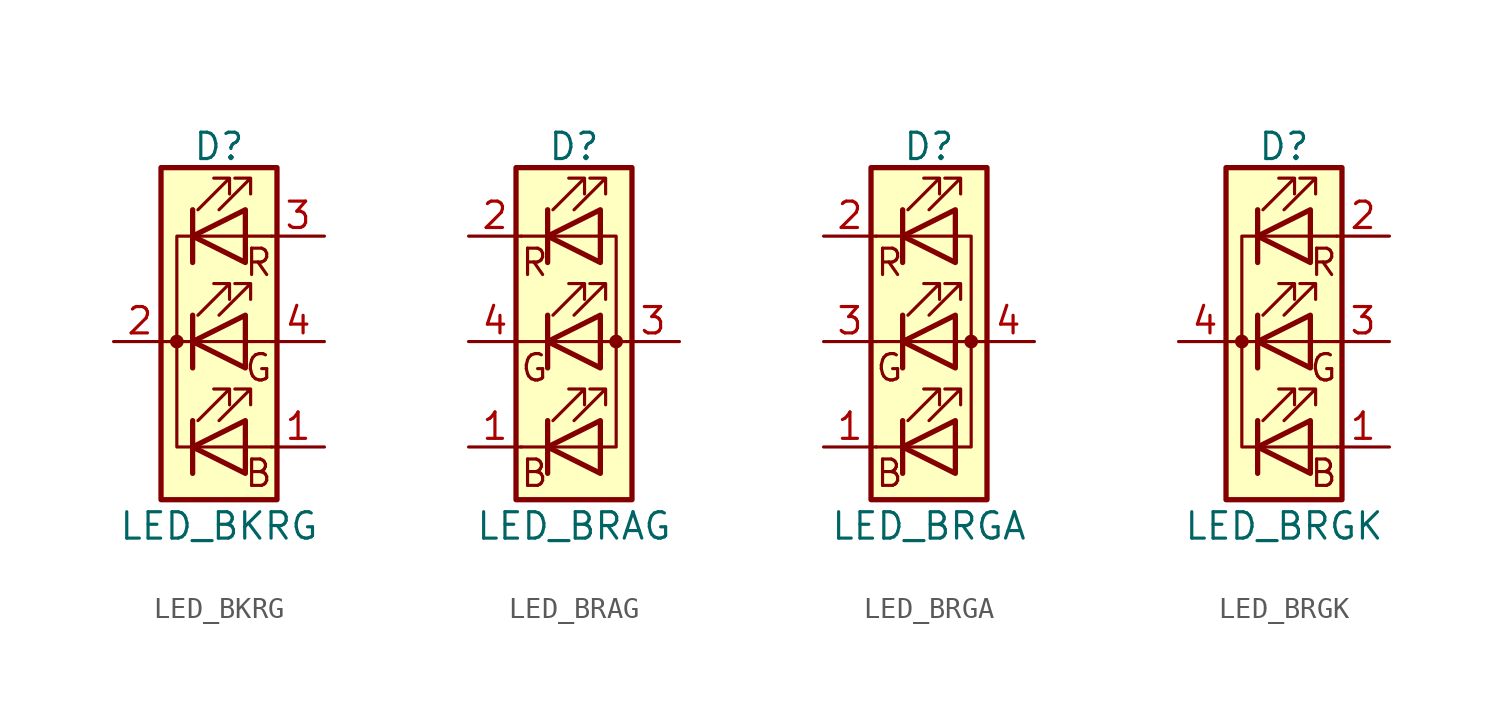
<source format=kicad_sym>
(kicad_symbol_lib
  (version 20241209)
  (generator "kicad_symbol_editor")
  (generator_version "9.0")
  (symbol "LED_BKRG"
    (pin_names
      (offset 0)
      (hide yes))
    (property "Reference" "D"
      (at 0 9.398 0)
      (effects (font (size 1.27 1.27))))
    (property "Value" "LED_BKRG"
      (at 0 -8.89 0)
      (effects (font (size 1.27 1.27))))
    (symbol "LED_BKRG_0_0"
      (text "R" (at 1.905 3.81 0) (effects (font (size 1.27 1.27))))
      (text "G" (at 1.905 -1.27 0) (effects (font (size 1.27 1.27))))
      (text "B" (at 1.905 -6.35 0) (effects (font (size 1.27 1.27)))))
    (symbol "LED_BKRG_0_1"
      (circle (center -2.032 0) (radius 0.254) (stroke (width 0) (type default)) (fill (type outline)))
      (polyline (pts (xy -1.27 6.35) (xy -1.27 3.81)) (stroke (width 0.254) (type default)) (fill (type none)))
      (polyline (pts (xy -1.27 6.35) (xy -1.27 3.81) (xy -1.27 3.81)) (stroke (width 0) (type default)) (fill (type none)))
      (polyline (pts (xy -1.27 5.08) (xy 1.27 5.08)) (stroke (width 0) (type default)) (fill (type none)))
      (polyline (pts (xy -1.27 5.08) (xy -2.032 5.08) (xy -2.032 -5.08) (xy -1.016 -5.08)) (stroke (width 0) (type default)) (fill (type none)))
      (polyline (pts (xy -1.27 1.27) (xy -1.27 -1.27)) (stroke (width 0.254) (type default)) (fill (type none)))
      (polyline (pts (xy -1.27 1.27) (xy -1.27 -1.27) (xy -1.27 -1.27)) (stroke (width 0) (type default)) (fill (type none)))
      (polyline (pts (xy -1.27 0) (xy -2.54 0)) (stroke (width 0) (type default)) (fill (type none)))
      (polyline (pts (xy -1.27 -3.81) (xy -1.27 -6.35)) (stroke (width 0.254) (type default)) (fill (type none)))
      (polyline (pts (xy -1.27 -5.08) (xy 1.27 -5.08)) (stroke (width 0) (type default)) (fill (type none)))
      (polyline (pts (xy -1.016 6.35) (xy 0.508 7.874) (xy -0.254 7.874) (xy 0.508 7.874) (xy 0.508 7.112)) (stroke (width 0) (type default)) (fill (type none)))
      (polyline (pts (xy -1.016 1.27) (xy 0.508 2.794) (xy -0.254 2.794) (xy 0.508 2.794) (xy 0.508 2.032)) (stroke (width 0) (type default)) (fill (type none)))
      (polyline (pts (xy -1.016 -3.81) (xy 0.508 -2.286) (xy -0.254 -2.286) (xy 0.508 -2.286) (xy 0.508 -3.048)) (stroke (width 0) (type default)) (fill (type none)))
      (polyline (pts (xy 0 6.35) (xy 1.524 7.874) (xy 0.762 7.874) (xy 1.524 7.874) (xy 1.524 7.112)) (stroke (width 0) (type default)) (fill (type none)))
      (polyline (pts (xy 0 1.27) (xy 1.524 2.794) (xy 0.762 2.794) (xy 1.524 2.794) (xy 1.524 2.032)) (stroke (width 0) (type default)) (fill (type none)))
      (polyline (pts (xy 0 -3.81) (xy 1.524 -2.286) (xy 0.762 -2.286) (xy 1.524 -2.286) (xy 1.524 -3.048)) (stroke (width 0) (type default)) (fill (type none)))
      (polyline (pts (xy 1.27 6.35) (xy 1.27 3.81) (xy -1.27 5.08) (xy 1.27 6.35)) (stroke (width 0.254) (type default)) (fill (type none)))
      (rectangle (start 1.27 6.35) (end 1.27 6.35) (stroke (width 0) (type default)) (fill (type none)))
      (polyline (pts (xy 1.27 5.08) (xy 2.54 5.08)) (stroke (width 0) (type default)) (fill (type none)))
      (rectangle (start 1.27 3.81) (end 1.27 6.35) (stroke (width 0) (type default)) (fill (type none)))
      (polyline (pts (xy 1.27 1.27) (xy 1.27 -1.27) (xy -1.27 0) (xy 1.27 1.27)) (stroke (width 0.254) (type default)) (fill (type none)))
      (rectangle (start 1.27 1.27) (end 1.27 1.27) (stroke (width 0) (type default)) (fill (type none)))
      (polyline (pts (xy 1.27 0) (xy -1.27 0)) (stroke (width 0) (type default)) (fill (type none)))
      (polyline (pts (xy 1.27 0) (xy 2.54 0)) (stroke (width 0) (type default)) (fill (type none)))
      (rectangle (start 1.27 -1.27) (end 1.27 1.27) (stroke (width 0) (type default)) (fill (type none)))
      (polyline (pts (xy 1.27 -3.81) (xy 1.27 -6.35) (xy -1.27 -5.08) (xy 1.27 -3.81)) (stroke (width 0.254) (type default)) (fill (type none)))
      (polyline (pts (xy 1.27 -5.08) (xy 2.54 -5.08)) (stroke (width 0) (type default)) (fill (type none)))
      (rectangle (start 2.794 8.382) (end -2.794 -7.62) (stroke (width 0.254) (type default)) (fill (type background))))
    (symbol "LED_BKRG_1_1"
      (pin passive line (at -5.08 0 0) (length 2.54) (name "K" (effects (font (size 1.27 1.27)))) (number "2" (effects (font (size 1.27 1.27)))))
      (pin passive line (at 5.08 5.08 180) (length 2.54) (name "RA" (effects (font (size 1.27 1.27)))) (number "3" (effects (font (size 1.27 1.27)))))
      (pin passive line (at 5.08 0 180) (length 2.54) (name "GA" (effects (font (size 1.27 1.27)))) (number "4" (effects (font (size 1.27 1.27)))))
      (pin passive line (at 5.08 -5.08 180) (length 2.54) (name "BA" (effects (font (size 1.27 1.27)))) (number "1" (effects (font (size 1.27 1.27)))))))
  (symbol "LED_BRAG"
    (pin_names
      (offset 0)
      (hide yes))
    (property "Reference" "D"
      (at 0 9.398 0)
      (effects (font (size 1.27 1.27))))
    (property "Value" "LED_BRAG"
      (at 0 -8.89 0)
      (effects (font (size 1.27 1.27))))
    (symbol "LED_BRAG_0_0"
      (text "R" (at -1.905 3.81 0) (effects (font (size 1.27 1.27))))
      (text "G" (at -1.905 -1.27 0) (effects (font (size 1.27 1.27))))
      (text "B" (at -1.905 -6.35 0) (effects (font (size 1.27 1.27)))))
    (symbol "LED_BRAG_0_1"
      (polyline (pts (xy -1.27 6.35) (xy -1.27 3.81)) (stroke (width 0.254) (type default)) (fill (type none)))
      (polyline (pts (xy -1.27 6.35) (xy -1.27 3.81) (xy -1.27 3.81)) (stroke (width 0) (type default)) (fill (type none)))
      (polyline (pts (xy -1.27 5.08) (xy -2.54 5.08)) (stroke (width 0) (type default)) (fill (type none)))
      (polyline (pts (xy -1.27 5.08) (xy 1.27 5.08)) (stroke (width 0) (type default)) (fill (type none)))
      (polyline (pts (xy -1.27 1.27) (xy -1.27 -1.27)) (stroke (width 0.254) (type default)) (fill (type none)))
      (polyline (pts (xy -1.27 1.27) (xy -1.27 -1.27) (xy -1.27 -1.27)) (stroke (width 0) (type default)) (fill (type none)))
      (polyline (pts (xy -1.27 0) (xy -2.54 0)) (stroke (width 0) (type default)) (fill (type none)))
      (polyline (pts (xy -1.27 -3.81) (xy -1.27 -6.35)) (stroke (width 0.254) (type default)) (fill (type none)))
      (polyline (pts (xy -1.27 -5.08) (xy -2.54 -5.08)) (stroke (width 0) (type default)) (fill (type none)))
      (polyline (pts (xy -1.27 -5.08) (xy 1.27 -5.08)) (stroke (width 0) (type default)) (fill (type none)))
      (polyline (pts (xy -1.016 6.35) (xy 0.508 7.874) (xy -0.254 7.874) (xy 0.508 7.874) (xy 0.508 7.112)) (stroke (width 0) (type default)) (fill (type none)))
      (polyline (pts (xy -1.016 1.27) (xy 0.508 2.794) (xy -0.254 2.794) (xy 0.508 2.794) (xy 0.508 2.032)) (stroke (width 0) (type default)) (fill (type none)))
      (polyline (pts (xy -1.016 -3.81) (xy 0.508 -2.286) (xy -0.254 -2.286) (xy 0.508 -2.286) (xy 0.508 -3.048)) (stroke (width 0) (type default)) (fill (type none)))
      (polyline (pts (xy 0 6.35) (xy 1.524 7.874) (xy 0.762 7.874) (xy 1.524 7.874) (xy 1.524 7.112)) (stroke (width 0) (type default)) (fill (type none)))
      (polyline (pts (xy 0 1.27) (xy 1.524 2.794) (xy 0.762 2.794) (xy 1.524 2.794) (xy 1.524 2.032)) (stroke (width 0) (type default)) (fill (type none)))
      (polyline (pts (xy 0 -3.81) (xy 1.524 -2.286) (xy 0.762 -2.286) (xy 1.524 -2.286) (xy 1.524 -3.048)) (stroke (width 0) (type default)) (fill (type none)))
      (polyline (pts (xy 1.27 6.35) (xy 1.27 3.81) (xy -1.27 5.08) (xy 1.27 6.35)) (stroke (width 0.254) (type default)) (fill (type none)))
      (rectangle (start 1.27 6.35) (end 1.27 6.35) (stroke (width 0) (type default)) (fill (type none)))
      (rectangle (start 1.27 3.81) (end 1.27 6.35) (stroke (width 0) (type default)) (fill (type none)))
      (polyline (pts (xy 1.27 1.27) (xy 1.27 -1.27) (xy -1.27 0) (xy 1.27 1.27)) (stroke (width 0.254) (type default)) (fill (type none)))
      (rectangle (start 1.27 1.27) (end 1.27 1.27) (stroke (width 0) (type default)) (fill (type none)))
      (polyline (pts (xy 1.27 0) (xy -1.27 0)) (stroke (width 0) (type default)) (fill (type none)))
      (polyline (pts (xy 1.27 0) (xy 2.54 0)) (stroke (width 0) (type default)) (fill (type none)))
      (rectangle (start 1.27 -1.27) (end 1.27 1.27) (stroke (width 0) (type default)) (fill (type none)))
      (polyline (pts (xy 1.27 -3.81) (xy 1.27 -6.35) (xy -1.27 -5.08) (xy 1.27 -3.81)) (stroke (width 0.254) (type default)) (fill (type none)))
      (polyline (pts (xy 1.27 -5.08) (xy 2.032 -5.08) (xy 2.032 5.08) (xy 1.27 5.08)) (stroke (width 0) (type default)) (fill (type none)))
      (circle (center 2.032 0) (radius 0.254) (stroke (width 0) (type default)) (fill (type outline)))
      (rectangle (start 2.794 8.382) (end -2.794 -7.62) (stroke (width 0.254) (type default)) (fill (type background))))
    (symbol "LED_BRAG_1_1"
      (pin passive line (at -5.08 5.08 0) (length 2.54) (name "RK" (effects (font (size 1.27 1.27)))) (number "2" (effects (font (size 1.27 1.27)))))
      (pin passive line (at -5.08 0 0) (length 2.54) (name "GK" (effects (font (size 1.27 1.27)))) (number "4" (effects (font (size 1.27 1.27)))))
      (pin passive line (at -5.08 -5.08 0) (length 2.54) (name "BK" (effects (font (size 1.27 1.27)))) (number "1" (effects (font (size 1.27 1.27)))))
      (pin passive line (at 5.08 0 180) (length 2.54) (name "A" (effects (font (size 1.27 1.27)))) (number "3" (effects (font (size 1.27 1.27)))))))
  (symbol "LED_BRGA"
    (pin_names
      (offset 0)
      (hide yes))
    (property "Reference" "D"
      (at 0 9.398 0)
      (effects (font (size 1.27 1.27))))
    (property "Value" "LED_BRGA"
      (at 0 -8.89 0)
      (effects (font (size 1.27 1.27))))
    (symbol "LED_BRGA_0_0"
      (text "R" (at -1.905 3.81 0) (effects (font (size 1.27 1.27))))
      (text "G" (at -1.905 -1.27 0) (effects (font (size 1.27 1.27))))
      (text "B" (at -1.905 -6.35 0) (effects (font (size 1.27 1.27)))))
    (symbol "LED_BRGA_0_1"
      (polyline (pts (xy -1.27 6.35) (xy -1.27 3.81)) (stroke (width 0.254) (type default)) (fill (type none)))
      (polyline (pts (xy -1.27 6.35) (xy -1.27 3.81) (xy -1.27 3.81)) (stroke (width 0) (type default)) (fill (type none)))
      (polyline (pts (xy -1.27 5.08) (xy -2.54 5.08)) (stroke (width 0) (type default)) (fill (type none)))
      (polyline (pts (xy -1.27 5.08) (xy 1.27 5.08)) (stroke (width 0) (type default)) (fill (type none)))
      (polyline (pts (xy -1.27 1.27) (xy -1.27 -1.27)) (stroke (width 0.254) (type default)) (fill (type none)))
      (polyline (pts (xy -1.27 1.27) (xy -1.27 -1.27) (xy -1.27 -1.27)) (stroke (width 0) (type default)) (fill (type none)))
      (polyline (pts (xy -1.27 0) (xy -2.54 0)) (stroke (width 0) (type default)) (fill (type none)))
      (polyline (pts (xy -1.27 -3.81) (xy -1.27 -6.35)) (stroke (width 0.254) (type default)) (fill (type none)))
      (polyline (pts (xy -1.27 -5.08) (xy -2.54 -5.08)) (stroke (width 0) (type default)) (fill (type none)))
      (polyline (pts (xy -1.27 -5.08) (xy 1.27 -5.08)) (stroke (width 0) (type default)) (fill (type none)))
      (polyline (pts (xy -1.016 6.35) (xy 0.508 7.874) (xy -0.254 7.874) (xy 0.508 7.874) (xy 0.508 7.112)) (stroke (width 0) (type default)) (fill (type none)))
      (polyline (pts (xy -1.016 1.27) (xy 0.508 2.794) (xy -0.254 2.794) (xy 0.508 2.794) (xy 0.508 2.032)) (stroke (width 0) (type default)) (fill (type none)))
      (polyline (pts (xy -1.016 -3.81) (xy 0.508 -2.286) (xy -0.254 -2.286) (xy 0.508 -2.286) (xy 0.508 -3.048)) (stroke (width 0) (type default)) (fill (type none)))
      (polyline (pts (xy 0 6.35) (xy 1.524 7.874) (xy 0.762 7.874) (xy 1.524 7.874) (xy 1.524 7.112)) (stroke (width 0) (type default)) (fill (type none)))
      (polyline (pts (xy 0 1.27) (xy 1.524 2.794) (xy 0.762 2.794) (xy 1.524 2.794) (xy 1.524 2.032)) (stroke (width 0) (type default)) (fill (type none)))
      (polyline (pts (xy 0 -3.81) (xy 1.524 -2.286) (xy 0.762 -2.286) (xy 1.524 -2.286) (xy 1.524 -3.048)) (stroke (width 0) (type default)) (fill (type none)))
      (polyline (pts (xy 1.27 6.35) (xy 1.27 3.81) (xy -1.27 5.08) (xy 1.27 6.35)) (stroke (width 0.254) (type default)) (fill (type none)))
      (rectangle (start 1.27 6.35) (end 1.27 6.35) (stroke (width 0) (type default)) (fill (type none)))
      (rectangle (start 1.27 3.81) (end 1.27 6.35) (stroke (width 0) (type default)) (fill (type none)))
      (polyline (pts (xy 1.27 1.27) (xy 1.27 -1.27) (xy -1.27 0) (xy 1.27 1.27)) (stroke (width 0.254) (type default)) (fill (type none)))
      (rectangle (start 1.27 1.27) (end 1.27 1.27) (stroke (width 0) (type default)) (fill (type none)))
      (polyline (pts (xy 1.27 0) (xy -1.27 0)) (stroke (width 0) (type default)) (fill (type none)))
      (polyline (pts (xy 1.27 0) (xy 2.54 0)) (stroke (width 0) (type default)) (fill (type none)))
      (rectangle (start 1.27 -1.27) (end 1.27 1.27) (stroke (width 0) (type default)) (fill (type none)))
      (polyline (pts (xy 1.27 -3.81) (xy 1.27 -6.35) (xy -1.27 -5.08) (xy 1.27 -3.81)) (stroke (width 0.254) (type default)) (fill (type none)))
      (polyline (pts (xy 1.27 -5.08) (xy 2.032 -5.08) (xy 2.032 5.08) (xy 1.27 5.08)) (stroke (width 0) (type default)) (fill (type none)))
      (circle (center 2.032 0) (radius 0.254) (stroke (width 0) (type default)) (fill (type outline)))
      (rectangle (start 2.794 8.382) (end -2.794 -7.62) (stroke (width 0.254) (type default)) (fill (type background))))
    (symbol "LED_BRGA_1_1"
      (pin passive line (at -5.08 5.08 0) (length 2.54) (name "RK" (effects (font (size 1.27 1.27)))) (number "2" (effects (font (size 1.27 1.27)))))
      (pin passive line (at -5.08 0 0) (length 2.54) (name "GK" (effects (font (size 1.27 1.27)))) (number "3" (effects (font (size 1.27 1.27)))))
      (pin passive line (at -5.08 -5.08 0) (length 2.54) (name "BK" (effects (font (size 1.27 1.27)))) (number "1" (effects (font (size 1.27 1.27)))))
      (pin passive line (at 5.08 0 180) (length 2.54) (name "A" (effects (font (size 1.27 1.27)))) (number "4" (effects (font (size 1.27 1.27)))))))
  (symbol "LED_BRGK"
    (pin_names
      (offset 0)
      (hide yes))
    (property "Reference" "D"
      (at 0 9.398 0)
      (effects (font (size 1.27 1.27))))
    (property "Value" "LED_BRGK"
      (at 0 -8.89 0)
      (effects (font (size 1.27 1.27))))
    (symbol "LED_BRGK_0_0"
      (text "R" (at 1.905 3.81 0) (effects (font (size 1.27 1.27))))
      (text "G" (at 1.905 -1.27 0) (effects (font (size 1.27 1.27))))
      (text "B" (at 1.905 -6.35 0) (effects (font (size 1.27 1.27)))))
    (symbol "LED_BRGK_0_1"
      (circle (center -2.032 0) (radius 0.254) (stroke (width 0) (type default)) (fill (type outline)))
      (polyline (pts (xy -1.27 6.35) (xy -1.27 3.81)) (stroke (width 0.254) (type default)) (fill (type none)))
      (polyline (pts (xy -1.27 6.35) (xy -1.27 3.81) (xy -1.27 3.81)) (stroke (width 0) (type default)) (fill (type none)))
      (polyline (pts (xy -1.27 5.08) (xy 1.27 5.08)) (stroke (width 0) (type default)) (fill (type none)))
      (polyline (pts (xy -1.27 5.08) (xy -2.032 5.08) (xy -2.032 -5.08) (xy -1.016 -5.08)) (stroke (width 0) (type default)) (fill (type none)))
      (polyline (pts (xy -1.27 1.27) (xy -1.27 -1.27)) (stroke (width 0.254) (type default)) (fill (type none)))
      (polyline (pts (xy -1.27 1.27) (xy -1.27 -1.27) (xy -1.27 -1.27)) (stroke (width 0) (type default)) (fill (type none)))
      (polyline (pts (xy -1.27 0) (xy -2.54 0)) (stroke (width 0) (type default)) (fill (type none)))
      (polyline (pts (xy -1.27 -3.81) (xy -1.27 -6.35)) (stroke (width 0.254) (type default)) (fill (type none)))
      (polyline (pts (xy -1.27 -5.08) (xy 1.27 -5.08)) (stroke (width 0) (type default)) (fill (type none)))
      (polyline (pts (xy -1.016 6.35) (xy 0.508 7.874) (xy -0.254 7.874) (xy 0.508 7.874) (xy 0.508 7.112)) (stroke (width 0) (type default)) (fill (type none)))
      (polyline (pts (xy -1.016 1.27) (xy 0.508 2.794) (xy -0.254 2.794) (xy 0.508 2.794) (xy 0.508 2.032)) (stroke (width 0) (type default)) (fill (type none)))
      (polyline (pts (xy -1.016 -3.81) (xy 0.508 -2.286) (xy -0.254 -2.286) (xy 0.508 -2.286) (xy 0.508 -3.048)) (stroke (width 0) (type default)) (fill (type none)))
      (polyline (pts (xy 0 6.35) (xy 1.524 7.874) (xy 0.762 7.874) (xy 1.524 7.874) (xy 1.524 7.112)) (stroke (width 0) (type default)) (fill (type none)))
      (polyline (pts (xy 0 1.27) (xy 1.524 2.794) (xy 0.762 2.794) (xy 1.524 2.794) (xy 1.524 2.032)) (stroke (width 0) (type default)) (fill (type none)))
      (polyline (pts (xy 0 -3.81) (xy 1.524 -2.286) (xy 0.762 -2.286) (xy 1.524 -2.286) (xy 1.524 -3.048)) (stroke (width 0) (type default)) (fill (type none)))
      (polyline (pts (xy 1.27 6.35) (xy 1.27 3.81) (xy -1.27 5.08) (xy 1.27 6.35)) (stroke (width 0.254) (type default)) (fill (type none)))
      (rectangle (start 1.27 6.35) (end 1.27 6.35) (stroke (width 0) (type default)) (fill (type none)))
      (polyline (pts (xy 1.27 5.08) (xy 2.54 5.08)) (stroke (width 0) (type default)) (fill (type none)))
      (rectangle (start 1.27 3.81) (end 1.27 6.35) (stroke (width 0) (type default)) (fill (type none)))
      (polyline (pts (xy 1.27 1.27) (xy 1.27 -1.27) (xy -1.27 0) (xy 1.27 1.27)) (stroke (width 0.254) (type default)) (fill (type none)))
      (rectangle (start 1.27 1.27) (end 1.27 1.27) (stroke (width 0) (type default)) (fill (type none)))
      (polyline (pts (xy 1.27 0) (xy -1.27 0)) (stroke (width 0) (type default)) (fill (type none)))
      (polyline (pts (xy 1.27 0) (xy 2.54 0)) (stroke (width 0) (type default)) (fill (type none)))
      (rectangle (start 1.27 -1.27) (end 1.27 1.27) (stroke (width 0) (type default)) (fill (type none)))
      (polyline (pts (xy 1.27 -3.81) (xy 1.27 -6.35) (xy -1.27 -5.08) (xy 1.27 -3.81)) (stroke (width 0.254) (type default)) (fill (type none)))
      (polyline (pts (xy 1.27 -5.08) (xy 2.54 -5.08)) (stroke (width 0) (type default)) (fill (type none)))
      (rectangle (start 2.794 8.382) (end -2.794 -7.62) (stroke (width 0.254) (type default)) (fill (type background))))
    (symbol "LED_BRGK_1_1"
      (pin passive line (at -5.08 0 0) (length 2.54) (name "K" (effects (font (size 1.27 1.27)))) (number "4" (effects (font (size 1.27 1.27)))))
      (pin passive line (at 5.08 5.08 180) (length 2.54) (name "RA" (effects (font (size 1.27 1.27)))) (number "2" (effects (font (size 1.27 1.27)))))
      (pin passive line (at 5.08 0 180) (length 2.54) (name "GA" (effects (font (size 1.27 1.27)))) (number "3" (effects (font (size 1.27 1.27)))))
      (pin passive line (at 5.08 -5.08 180) (length 2.54) (name "BA" (effects (font (size 1.27 1.27)))) (number "1" (effects (font (size 1.27 1.27))))))))
</source>
